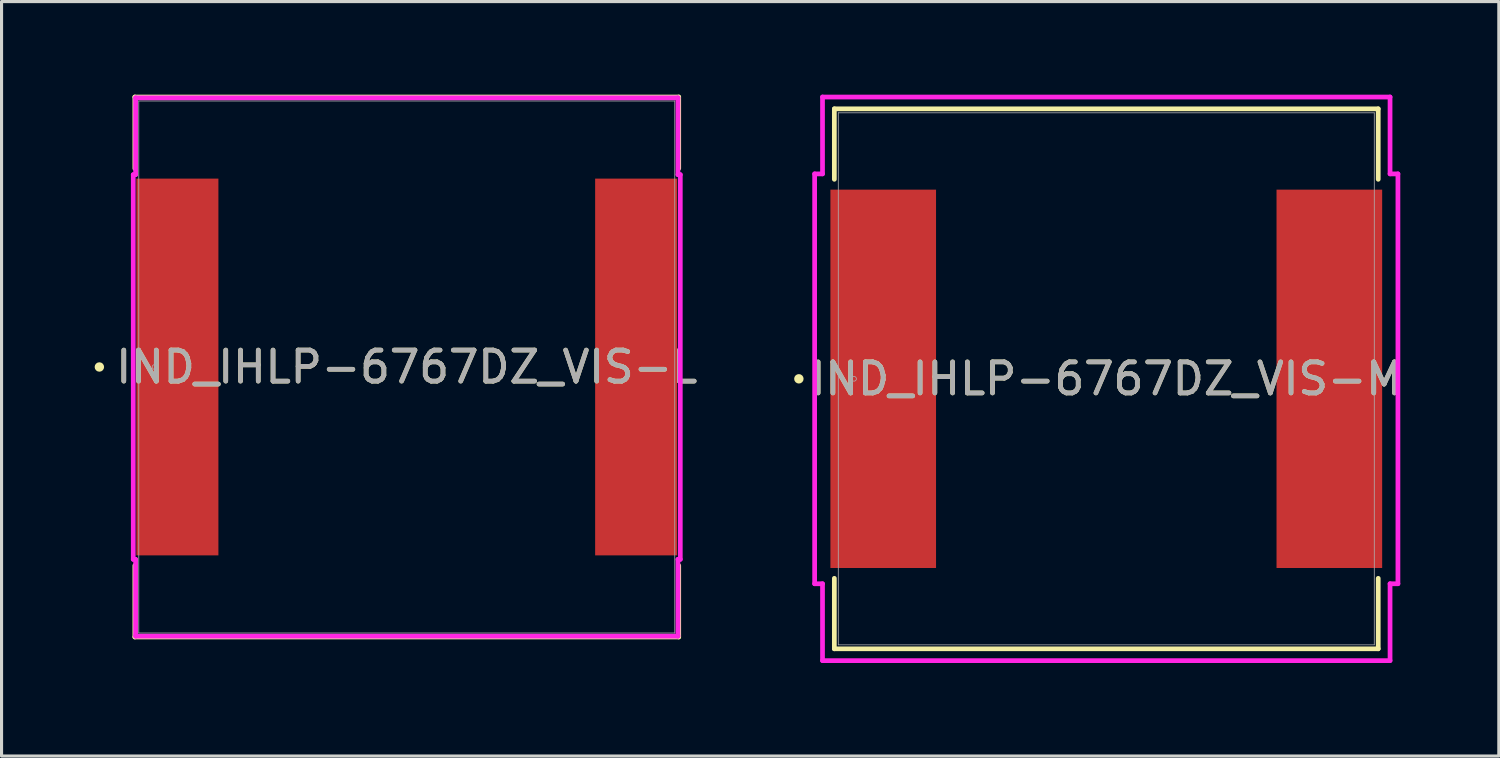
<source format=kicad_pcb>
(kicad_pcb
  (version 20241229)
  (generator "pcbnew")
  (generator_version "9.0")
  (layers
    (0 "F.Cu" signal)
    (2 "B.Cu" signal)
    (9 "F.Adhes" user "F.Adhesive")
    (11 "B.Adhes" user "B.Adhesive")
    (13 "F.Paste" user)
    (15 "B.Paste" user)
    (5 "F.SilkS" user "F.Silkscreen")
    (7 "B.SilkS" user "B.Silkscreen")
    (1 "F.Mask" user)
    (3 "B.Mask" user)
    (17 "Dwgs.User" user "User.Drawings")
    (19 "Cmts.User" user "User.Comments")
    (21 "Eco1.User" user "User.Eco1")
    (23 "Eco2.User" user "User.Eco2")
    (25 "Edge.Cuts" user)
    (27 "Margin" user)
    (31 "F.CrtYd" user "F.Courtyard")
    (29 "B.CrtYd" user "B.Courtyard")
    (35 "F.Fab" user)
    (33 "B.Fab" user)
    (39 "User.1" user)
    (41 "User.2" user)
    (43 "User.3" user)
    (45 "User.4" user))
  (footprint "IND_IHLP-6767DZ_VIS-M"
    (layer "F.Cu")
    (at 32.599 9.157)
    (property "Reference" "IND_IHLP-6767DZ_VIS-M" (at 0 0 0) (unlocked yes) (layer "F.SilkS") (effects (font (size 1 1) (thickness 0.15))))
    (attr smd)
    (fp_line (start -8.763 -8.7) (end -8.763 -6.429) (stroke (width 0.152) (type solid)) (layer "F.SilkS"))
    (fp_line (start -8.763 6.429) (end -8.763 8.7) (stroke (width 0.152) (type solid)) (layer "F.SilkS"))
    (fp_line (start -8.763 8.7) (end 8.763 8.7) (stroke (width 0.152) (type solid)) (layer "F.SilkS"))
    (fp_line (start 8.763 -8.7) (end -8.763 -8.7) (stroke (width 0.152) (type solid)) (layer "F.SilkS"))
    (fp_line (start 8.763 -6.429) (end 8.763 -8.7) (stroke (width 0.152) (type solid)) (layer "F.SilkS"))
    (fp_line (start 8.763 8.7) (end 8.763 6.429) (stroke (width 0.152) (type solid)) (layer "F.SilkS"))
    (fp_circle (center -9.906 0) (end -9.83 0) (stroke (width 0.152) (type solid)) (fill no) (layer "F.SilkS"))
    (fp_line (start -9.398 -6.604) (end -9.144 -6.604) (stroke (width 0.152) (type solid)) (layer "F.CrtYd"))
    (fp_line (start -9.398 6.604) (end -9.398 -6.604) (stroke (width 0.152) (type solid)) (layer "F.CrtYd"))
    (fp_line (start -9.144 -9.081) (end 9.144 -9.081) (stroke (width 0.152) (type solid)) (layer "F.CrtYd"))
    (fp_line (start -9.144 -6.604) (end -9.144 -9.081) (stroke (width 0.152) (type solid)) (layer "F.CrtYd"))
    (fp_line (start -9.144 6.604) (end -9.398 6.604) (stroke (width 0.152) (type solid)) (layer "F.CrtYd"))
    (fp_line (start -9.144 9.081) (end -9.144 6.604) (stroke (width 0.152) (type solid)) (layer "F.CrtYd"))
    (fp_line (start 9.144 -9.081) (end 9.144 -6.604) (stroke (width 0.152) (type solid)) (layer "F.CrtYd"))
    (fp_line (start 9.144 -6.604) (end 9.398 -6.604) (stroke (width 0.152) (type solid)) (layer "F.CrtYd"))
    (fp_line (start 9.144 6.604) (end 9.144 9.081) (stroke (width 0.152) (type solid)) (layer "F.CrtYd"))
    (fp_line (start 9.144 9.081) (end -9.144 9.081) (stroke (width 0.152) (type solid)) (layer "F.CrtYd"))
    (fp_line (start 9.398 -6.604) (end 9.398 6.604) (stroke (width 0.152) (type solid)) (layer "F.CrtYd"))
    (fp_line (start 9.398 6.604) (end 9.144 6.604) (stroke (width 0.152) (type solid)) (layer "F.CrtYd"))
    (fp_line (start -8.636 -8.572) (end -8.636 8.572) (stroke (width 0.025) (type solid)) (layer "F.Fab"))
    (fp_line (start -8.636 8.572) (end 8.636 8.572) (stroke (width 0.025) (type solid)) (layer "F.Fab"))
    (fp_line (start 8.636 -8.572) (end -8.636 -8.572) (stroke (width 0.025) (type solid)) (layer "F.Fab"))
    (fp_line (start 8.636 8.572) (end 8.636 -8.572) (stroke (width 0.025) (type solid)) (layer "F.Fab"))
    (fp_circle (center -8.128 0) (end -8.052 0) (stroke (width 0.025) (type solid)) (fill no) (layer "F.Fab"))
    (fp_text user "${REFERENCE}" (at 0 0 0) (unlocked yes) (layer "F.Fab") (effects (font (size 1 1) (thickness 0.15))))
    (pad "1" smd rect (at -7.188 0 90) (size 12.192 3.404) (layers "F.Cu" "F.Mask" "F.Paste"))
    (pad "2" smd rect (at 7.188 0 90) (size 12.192 3.404) (layers "F.Cu" "F.Mask" "F.Paste")))
  (footprint "IND_IHLP-6767DZ_VIS-L"
    (layer "F.Cu")
    (at 10.058 8.776)
    (property "Reference" "IND_IHLP-6767DZ_VIS-L" (at 0 0 0) (unlocked yes) (layer "F.SilkS") (effects (font (size 1 1) (thickness 0.15))))
    (attr smd)
    (fp_line (start -8.763 -8.7) (end -8.763 -6.399) (stroke (width 0.152) (type solid)) (layer "F.SilkS"))
    (fp_line (start -8.763 6.399) (end -8.763 8.7) (stroke (width 0.152) (type solid)) (layer "F.SilkS"))
    (fp_line (start -8.763 8.7) (end 8.763 8.7) (stroke (width 0.152) (type solid)) (layer "F.SilkS"))
    (fp_line (start 8.763 -8.7) (end -8.763 -8.7) (stroke (width 0.152) (type solid)) (layer "F.SilkS"))
    (fp_line (start 8.763 -6.399) (end 8.763 -8.7) (stroke (width 0.152) (type solid)) (layer "F.SilkS"))
    (fp_line (start 8.763 8.7) (end 8.763 6.399) (stroke (width 0.152) (type solid)) (layer "F.SilkS"))
    (fp_circle (center -9.906 0) (end -9.83 0) (stroke (width 0.152) (type solid)) (fill no) (layer "F.SilkS"))
    (fp_line (start -8.814 -6.198) (end -8.738 -6.198) (stroke (width 0.152) (type solid)) (layer "F.CrtYd"))
    (fp_line (start -8.814 6.198) (end -8.814 -6.198) (stroke (width 0.152) (type solid)) (layer "F.CrtYd"))
    (fp_line (start -8.738 -8.674) (end 8.738 -8.674) (stroke (width 0.152) (type solid)) (layer "F.CrtYd"))
    (fp_line (start -8.738 -6.198) (end -8.738 -8.674) (stroke (width 0.152) (type solid)) (layer "F.CrtYd"))
    (fp_line (start -8.738 6.198) (end -8.814 6.198) (stroke (width 0.152) (type solid)) (layer "F.CrtYd"))
    (fp_line (start -8.738 8.674) (end -8.738 6.198) (stroke (width 0.152) (type solid)) (layer "F.CrtYd"))
    (fp_line (start 8.738 -8.674) (end 8.738 -6.198) (stroke (width 0.152) (type solid)) (layer "F.CrtYd"))
    (fp_line (start 8.738 -6.198) (end 8.814 -6.198) (stroke (width 0.152) (type solid)) (layer "F.CrtYd"))
    (fp_line (start 8.738 6.198) (end 8.738 8.674) (stroke (width 0.152) (type solid)) (layer "F.CrtYd"))
    (fp_line (start 8.738 8.674) (end -8.738 8.674) (stroke (width 0.152) (type solid)) (layer "F.CrtYd"))
    (fp_line (start 8.814 -6.198) (end 8.814 6.198) (stroke (width 0.152) (type solid)) (layer "F.CrtYd"))
    (fp_line (start 8.814 6.198) (end 8.738 6.198) (stroke (width 0.152) (type solid)) (layer "F.CrtYd"))
    (fp_line (start -8.636 -8.572) (end -8.636 8.572) (stroke (width 0.025) (type solid)) (layer "F.Fab"))
    (fp_line (start -8.636 8.572) (end 8.636 8.572) (stroke (width 0.025) (type solid)) (layer "F.Fab"))
    (fp_line (start 8.636 -8.572) (end -8.636 -8.572) (stroke (width 0.025) (type solid)) (layer "F.Fab"))
    (fp_line (start 8.636 8.572) (end 8.636 -8.572) (stroke (width 0.025) (type solid)) (layer "F.Fab"))
    (fp_circle (center -8.128 0) (end -8.052 0) (stroke (width 0.025) (type solid)) (fill no) (layer "F.Fab"))
    (fp_text user "${REFERENCE}" (at 0 0 0) (unlocked yes) (layer "F.Fab") (effects (font (size 1 1) (thickness 0.15))))
    (pad "1" smd rect (at -7.391 0 90) (size 12.141 2.642) (layers "F.Cu" "F.Mask" "F.Paste"))
    (pad "2" smd rect (at 7.391 0 90) (size 12.141 2.642) (layers "F.Cu" "F.Mask" "F.Paste"))
    (zone (net_name "") (layer "F.Cu") (hatch full 0.508) (connect_pads) (min_thickness 0.254) (filled_areas_thickness no) (keepout (tracks not_allowed) (vias not_allowed) (pads allowed) (copperpour not_allowed) (footprints allowed)) (placement (enabled no)) (fill) (polygon (pts (xy 1.473 0.254) (xy 18.644 0.254) (xy 18.644 2.629) (xy 1.473 2.629))))
    (zone (net_name "") (layer "F.Cu") (hatch full 0.508) (connect_pads) (min_thickness 0.254) (filled_areas_thickness no) (keepout (tracks not_allowed) (vias not_allowed) (pads allowed) (copperpour not_allowed) (footprints allowed)) (placement (enabled no)) (fill) (polygon (pts (xy 1.473 14.922) (xy 18.644 14.922) (xy 18.644 17.297) (xy 1.473 17.297))))
    (zone (net_name "") (layer "F.Cu") (hatch full 0.508) (connect_pads) (min_thickness 0.254) (filled_areas_thickness no) (keepout (tracks not_allowed) (vias not_allowed) (pads allowed) (copperpour not_allowed) (footprints allowed)) (placement (enabled no)) (fill) (polygon (pts (xy 4.039 2.629) (xy 16.078 2.629) (xy 16.078 14.922) (xy 4.039 14.922)))))
  (gr_rect
    (start -3 -3)
    (end 45.248 21.313)
    (stroke (width 0.1) (type default))
    (fill no)
    (layer "Edge.Cuts")))
</source>
